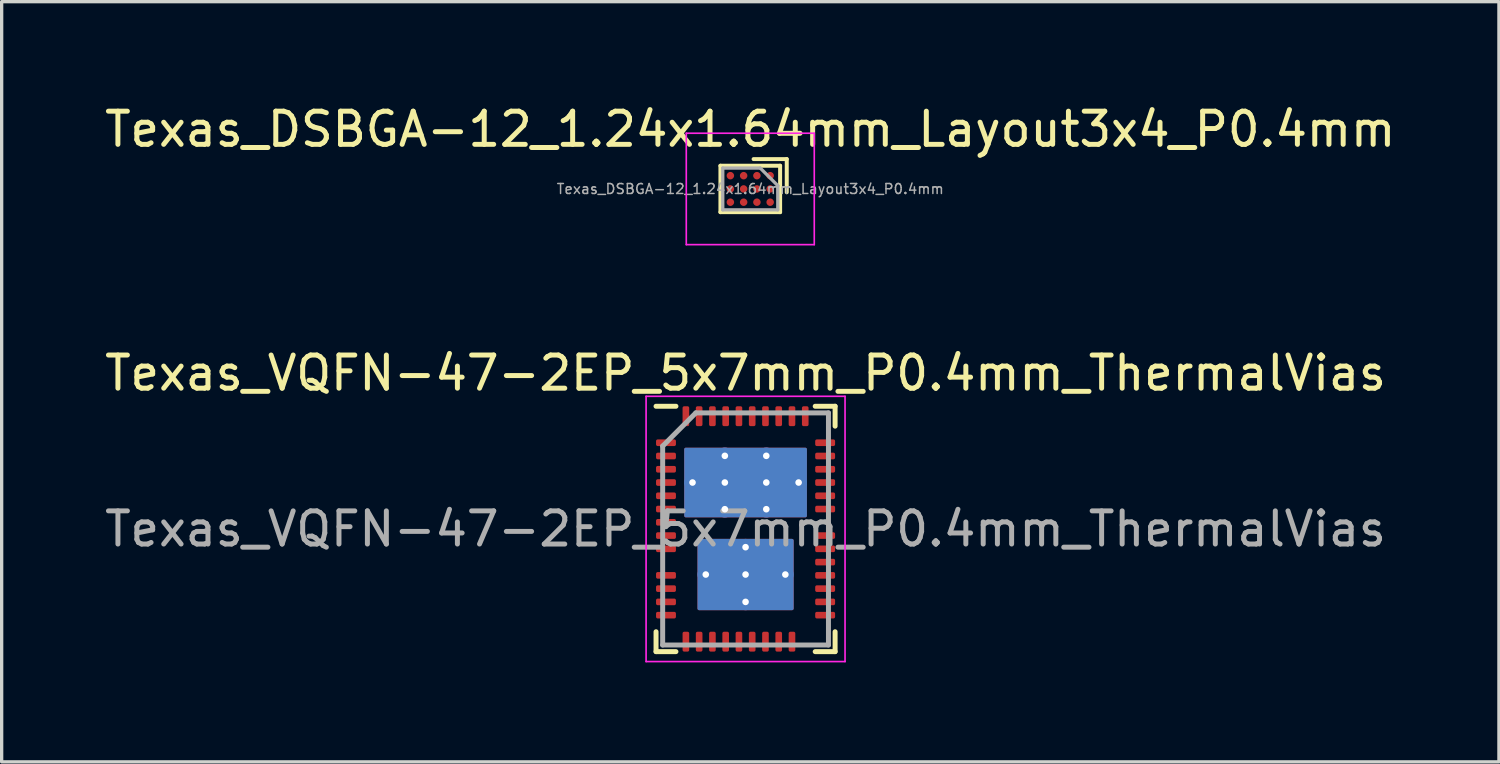
<source format=kicad_pcb>
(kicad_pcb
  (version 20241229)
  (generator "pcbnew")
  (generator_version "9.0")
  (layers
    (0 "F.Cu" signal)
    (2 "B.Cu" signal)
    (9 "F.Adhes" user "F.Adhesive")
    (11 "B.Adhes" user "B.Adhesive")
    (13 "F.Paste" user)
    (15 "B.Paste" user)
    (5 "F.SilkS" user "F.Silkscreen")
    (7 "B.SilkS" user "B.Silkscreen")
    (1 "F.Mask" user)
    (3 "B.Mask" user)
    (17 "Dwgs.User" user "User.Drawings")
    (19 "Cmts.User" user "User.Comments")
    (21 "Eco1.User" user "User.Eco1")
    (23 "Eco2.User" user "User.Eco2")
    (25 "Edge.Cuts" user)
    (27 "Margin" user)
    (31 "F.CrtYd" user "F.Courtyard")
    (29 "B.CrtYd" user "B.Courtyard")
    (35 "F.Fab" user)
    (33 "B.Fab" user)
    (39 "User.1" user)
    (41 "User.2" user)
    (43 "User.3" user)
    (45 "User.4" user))
  (footprint "Texas_VQFN-47-2EP_5x7mm_P0.4mm_ThermalVias"
    (layer "F.Cu")
    (at 19.435 12.902)
    (property "Reference" "Texas_VQFN-47-2EP_5x7mm_P0.4mm_ThermalVias" (at 0 -4.7 0) (layer "F.SilkS") (effects (font (size 1 1) (thickness 0.15))))
    (attr smd)
    (fp_line (start -2.7 -3.7) (end -2.1 -3.7) (stroke (width 0.15) (type solid)) (layer "F.SilkS"))
    (fp_line (start -2.7 3.7) (end -2.7 3.1) (stroke (width 0.15) (type solid)) (layer "F.SilkS"))
    (fp_line (start -2.7 3.7) (end -2.1 3.7) (stroke (width 0.15) (type solid)) (layer "F.SilkS"))
    (fp_line (start 2.7 -3.7) (end 2.1 -3.7) (stroke (width 0.15) (type solid)) (layer "F.SilkS"))
    (fp_line (start 2.7 -3.7) (end 2.7 -3.1) (stroke (width 0.15) (type solid)) (layer "F.SilkS"))
    (fp_line (start 2.7 3.7) (end 2.1 3.7) (stroke (width 0.15) (type solid)) (layer "F.SilkS"))
    (fp_line (start 2.7 3.7) (end 2.7 3.1) (stroke (width 0.15) (type solid)) (layer "F.SilkS"))
    (fp_line (start -3 -4) (end -3 4) (stroke (width 0.05) (type solid)) (layer "F.CrtYd"))
    (fp_line (start -3 -4) (end 3 -4) (stroke (width 0.05) (type solid)) (layer "F.CrtYd"))
    (fp_line (start -3 4) (end 3 4) (stroke (width 0.05) (type solid)) (layer "F.CrtYd"))
    (fp_line (start 3 -4) (end 3 4) (stroke (width 0.05) (type solid)) (layer "F.CrtYd"))
    (fp_line (start -2.5 -2.5) (end -1.5 -3.5) (stroke (width 0.15) (type solid)) (layer "F.Fab"))
    (fp_line (start -2.5 3.5) (end -2.5 -2.5) (stroke (width 0.15) (type solid)) (layer "F.Fab"))
    (fp_line (start -1.5 -3.5) (end 2.5 -3.5) (stroke (width 0.15) (type solid)) (layer "F.Fab"))
    (fp_line (start 2.5 -3.5) (end 2.5 3.5) (stroke (width 0.15) (type solid)) (layer "F.Fab"))
    (fp_line (start 2.5 3.5) (end -2.5 3.5) (stroke (width 0.15) (type solid)) (layer "F.Fab"))
    (fp_text user "${REFERENCE}" (at 0 0 0) (layer "F.Fab") (effects (font (size 1 1) (thickness 0.15))))
    (pad "" smd roundrect (at -1.25 -1.97) (size 1.05 0.94) (layers "F.Paste") (roundrect_rratio 0.053))
    (pad "" smd roundrect (at -1.25 -0.83) (size 1.05 0.94) (layers "F.Paste") (roundrect_rratio 0.053))
    (pad "" smd roundrect (at -0.735 0.795) (size 1.27 0.96) (layers "F.Paste") (roundrect_rratio 0.052))
    (pad "" smd roundrect (at -0.735 1.955) (size 1.27 0.96) (layers "F.Paste") (roundrect_rratio 0.052))
    (pad "" smd roundrect (at 0 -1.97) (size 1.05 0.94) (layers "F.Paste") (roundrect_rratio 0.053))
    (pad "" smd roundrect (at 0 -0.83) (size 1.05 0.94) (layers "F.Paste") (roundrect_rratio 0.053))
    (pad "" smd roundrect (at 0.735 0.795) (size 1.27 0.96) (layers "F.Paste") (roundrect_rratio 0.052))
    (pad "" smd roundrect (at 0.735 1.955) (size 1.27 0.96) (layers "F.Paste") (roundrect_rratio 0.052))
    (pad "" smd roundrect (at 1.25 -1.97) (size 1.05 0.94) (layers "F.Paste") (roundrect_rratio 0.053))
    (pad "" smd roundrect (at 1.25 -0.83) (size 1.05 0.94) (layers "F.Paste") (roundrect_rratio 0.053))
    (pad "1" smd roundrect (at -2.4 -2.6) (size 0.6 0.2) (layers "F.Cu" "F.Mask" "F.Paste") (roundrect_rratio 0.25))
    (pad "2" smd roundrect (at -2.4 -2.2) (size 0.6 0.2) (layers "F.Cu" "F.Mask" "F.Paste") (roundrect_rratio 0.25))
    (pad "3" smd roundrect (at -2.4 -1.8) (size 0.6 0.2) (layers "F.Cu" "F.Mask" "F.Paste") (roundrect_rratio 0.25))
    (pad "4" smd roundrect (at -2.4 -1.4) (size 0.6 0.2) (layers "F.Cu" "F.Mask" "F.Paste") (roundrect_rratio 0.25))
    (pad "5" smd roundrect (at -2.4 -1) (size 0.6 0.2) (layers "F.Cu" "F.Mask" "F.Paste") (roundrect_rratio 0.25))
    (pad "6" smd roundrect (at -2.4 -0.6) (size 0.6 0.2) (layers "F.Cu" "F.Mask" "F.Paste") (roundrect_rratio 0.25))
    (pad "7" smd roundrect (at -2.4 -0.2) (size 0.6 0.2) (layers "F.Cu" "F.Mask" "F.Paste") (roundrect_rratio 0.25))
    (pad "8" smd roundrect (at -2.4 0.2) (size 0.6 0.2) (layers "F.Cu" "F.Mask" "F.Paste") (roundrect_rratio 0.25))
    (pad "9" smd roundrect (at -2.4 0.6) (size 0.6 0.2) (layers "F.Cu" "F.Mask" "F.Paste") (roundrect_rratio 0.25))
    (pad "10" smd roundrect (at -2.4 1.4) (size 0.6 0.2) (layers "F.Cu" "F.Mask" "F.Paste") (roundrect_rratio 0.25))
    (pad "11" smd roundrect (at -2.4 1.8) (size 0.6 0.2) (layers "F.Cu" "F.Mask" "F.Paste") (roundrect_rratio 0.25))
    (pad "12" smd roundrect (at -2.4 2.2) (size 0.6 0.2) (layers "F.Cu" "F.Mask" "F.Paste") (roundrect_rratio 0.25))
    (pad "13" smd roundrect (at -2.4 2.6) (size 0.6 0.2) (layers "F.Cu" "F.Mask" "F.Paste") (roundrect_rratio 0.25))
    (pad "14" smd roundrect (at -1.8 3.4 90) (size 0.6 0.2) (layers "F.Cu" "F.Mask" "F.Paste") (roundrect_rratio 0.25))
    (pad "15" smd roundrect (at -1.4 3.4 90) (size 0.6 0.2) (layers "F.Cu" "F.Mask" "F.Paste") (roundrect_rratio 0.25))
    (pad "16" smd roundrect (at -1 3.4 90) (size 0.6 0.2) (layers "F.Cu" "F.Mask" "F.Paste") (roundrect_rratio 0.25))
    (pad "17" smd roundrect (at -0.6 3.4 90) (size 0.6 0.2) (layers "F.Cu" "F.Mask" "F.Paste") (roundrect_rratio 0.25))
    (pad "18" smd roundrect (at -0.2 3.4 90) (size 0.6 0.2) (layers "F.Cu" "F.Mask" "F.Paste") (roundrect_rratio 0.25))
    (pad "19" smd roundrect (at 0.2 3.4 90) (size 0.6 0.2) (layers "F.Cu" "F.Mask" "F.Paste") (roundrect_rratio 0.25))
    (pad "20" smd roundrect (at 0.6 3.4 90) (size 0.6 0.2) (layers "F.Cu" "F.Mask" "F.Paste") (roundrect_rratio 0.25))
    (pad "21" smd roundrect (at 1 3.4 90) (size 0.6 0.2) (layers "F.Cu" "F.Mask" "F.Paste") (roundrect_rratio 0.25))
    (pad "22" smd roundrect (at 1.4 3.4 90) (size 0.6 0.2) (layers "F.Cu" "F.Mask" "F.Paste") (roundrect_rratio 0.25))
    (pad "23" smd roundrect (at 2.4 2.6 180) (size 0.6 0.2) (layers "F.Cu" "F.Mask" "F.Paste") (roundrect_rratio 0.25))
    (pad "24" smd roundrect (at 2.4 2.2 180) (size 0.6 0.2) (layers "F.Cu" "F.Mask" "F.Paste") (roundrect_rratio 0.25))
    (pad "25" smd roundrect (at 2.4 1.8 180) (size 0.6 0.2) (layers "F.Cu" "F.Mask" "F.Paste") (roundrect_rratio 0.25))
    (pad "26" smd roundrect (at 2.4 1.4 180) (size 0.6 0.2) (layers "F.Cu" "F.Mask" "F.Paste") (roundrect_rratio 0.25))
    (pad "27" smd roundrect (at 2.4 1 180) (size 0.6 0.2) (layers "F.Cu" "F.Mask" "F.Paste") (roundrect_rratio 0.25))
    (pad "28" smd roundrect (at 2.4 0.6 180) (size 0.6 0.2) (layers "F.Cu" "F.Mask" "F.Paste") (roundrect_rratio 0.25))
    (pad "29" smd roundrect (at 2.4 0.2 180) (size 0.6 0.2) (layers "F.Cu" "F.Mask" "F.Paste") (roundrect_rratio 0.25))
    (pad "30" smd roundrect (at 2.4 -0.6 180) (size 0.6 0.2) (layers "F.Cu" "F.Mask" "F.Paste") (roundrect_rratio 0.25))
    (pad "31" smd roundrect (at 2.4 -1 180) (size 0.6 0.2) (layers "F.Cu" "F.Mask" "F.Paste") (roundrect_rratio 0.25))
    (pad "32" smd roundrect (at 2.4 -1.4 180) (size 0.6 0.2) (layers "F.Cu" "F.Mask" "F.Paste") (roundrect_rratio 0.25))
    (pad "33" smd roundrect (at 2.4 -1.8 180) (size 0.6 0.2) (layers "F.Cu" "F.Mask" "F.Paste") (roundrect_rratio 0.25))
    (pad "34" smd roundrect (at 2.4 -2.2 180) (size 0.6 0.2) (layers "F.Cu" "F.Mask" "F.Paste") (roundrect_rratio 0.25))
    (pad "35" smd roundrect (at 2.4 -2.6 180) (size 0.6 0.2) (layers "F.Cu" "F.Mask" "F.Paste") (roundrect_rratio 0.25))
    (pad "36" smd roundrect (at 1.8 -3.4 270) (size 0.6 0.2) (layers "F.Cu" "F.Mask" "F.Paste") (roundrect_rratio 0.25))
    (pad "37" smd roundrect (at 1.4 -3.4 270) (size 0.6 0.2) (layers "F.Cu" "F.Mask" "F.Paste") (roundrect_rratio 0.25))
    (pad "38" smd roundrect (at 1 -3.4 270) (size 0.6 0.2) (layers "F.Cu" "F.Mask" "F.Paste") (roundrect_rratio 0.25))
    (pad "39" smd roundrect (at 0.6 -3.4 270) (size 0.6 0.2) (layers "F.Cu" "F.Mask" "F.Paste") (roundrect_rratio 0.25))
    (pad "40" smd roundrect (at 0.2 -3.4 270) (size 0.6 0.2) (layers "F.Cu" "F.Mask" "F.Paste") (roundrect_rratio 0.25))
    (pad "41" smd roundrect (at -0.2 -3.4 270) (size 0.6 0.2) (layers "F.Cu" "F.Mask" "F.Paste") (roundrect_rratio 0.25))
    (pad "42" smd roundrect (at -0.6 -3.4 270) (size 0.6 0.2) (layers "F.Cu" "F.Mask" "F.Paste") (roundrect_rratio 0.25))
    (pad "43" smd roundrect (at -1 -3.4 270) (size 0.6 0.2) (layers "F.Cu" "F.Mask" "F.Paste") (roundrect_rratio 0.25))
    (pad "44" smd roundrect (at -1.4 -3.4 270) (size 0.6 0.2) (layers "F.Cu" "F.Mask" "F.Paste") (roundrect_rratio 0.25))
    (pad "45" smd roundrect (at -1.8 -3.4 270) (size 0.6 0.2) (layers "F.Cu" "F.Mask" "F.Paste") (roundrect_rratio 0.25))
    (pad "46" thru_hole circle (at -1.6 -1.4) (size 0.5 0.5) (drill 0.2) (layers "*.Cu" "*.Mask"))
    (pad "46" thru_hole circle (at -0.625 -2.205) (size 0.5 0.5) (drill 0.2) (layers "*.Cu" "*.Mask"))
    (pad "46" thru_hole circle (at -0.625 -1.4) (size 0.5 0.5) (drill 0.2) (layers "*.Cu" "*.Mask"))
    (pad "46" thru_hole circle (at -0.625 -0.595) (size 0.5 0.5) (drill 0.2) (layers "*.Cu" "*.Mask"))
    (pad "46" smd roundrect (at 0 -1.4) (size 3.7 2.1) (layers "F.Cu" "F.Mask") (roundrect_rratio 0.023))
    (pad "46" smd roundrect (at 0 -1.4) (size 3.7 2.1) (layers "B.Cu" "B.Mask") (roundrect_rratio 0.023))
    (pad "46" thru_hole circle (at 0.625 -2.205) (size 0.5 0.5) (drill 0.2) (layers "*.Cu" "*.Mask"))
    (pad "46" thru_hole circle (at 0.625 -1.4) (size 0.5 0.5) (drill 0.2) (layers "*.Cu" "*.Mask"))
    (pad "46" thru_hole circle (at 0.625 -0.595) (size 0.5 0.5) (drill 0.2) (layers "*.Cu" "*.Mask"))
    (pad "46" thru_hole circle (at 1.6 -1.4) (size 0.5 0.5) (drill 0.2) (layers "*.Cu" "*.Mask"))
    (pad "47" thru_hole circle (at -1.2 1.375) (size 0.5 0.5) (drill 0.2) (layers "*.Cu" "*.Mask"))
    (pad "47" thru_hole circle (at 0 0.55) (size 0.5 0.5) (drill 0.2) (layers "*.Cu" "*.Mask"))
    (pad "47" thru_hole circle (at 0 1.375) (size 0.5 0.5) (drill 0.2) (layers "*.Cu" "*.Mask"))
    (pad "47" smd roundrect (at 0 1.375) (size 2.9 2.15) (layers "F.Cu" "F.Mask") (roundrect_rratio 0.023))
    (pad "47" smd roundrect (at 0 1.375) (size 2.9 2.15) (layers "B.Cu" "B.Mask") (roundrect_rratio 0.023))
    (pad "47" thru_hole circle (at 0 2.2) (size 0.5 0.5) (drill 0.2) (layers "*.Cu" "*.Mask"))
    (pad "47" thru_hole circle (at 1.2 1.375) (size 0.5 0.5) (drill 0.2) (layers "*.Cu" "*.Mask")))
  (footprint "Texas_DSBGA-12_1.24x1.64mm_Layout3x4_P0.4mm"
    (layer "F.Cu")
    (at 19.577 2.648)
    (property "Reference" "Texas_DSBGA-12_1.24x1.64mm_Layout3x4_P0.4mm" (at 0 -1.8 0) (layer "F.SilkS") (effects (font (size 1 1) (thickness 0.15))))
    (attr smd)
    (fp_line (start -0.9 -0.7) (end -0.9 0.7) (stroke (width 0.12) (type solid)) (layer "F.SilkS"))
    (fp_line (start -0.9 0.7) (end 0.9 0.7) (stroke (width 0.12) (type solid)) (layer "F.SilkS"))
    (fp_line (start 0.9 -0.7) (end -0.9 -0.7) (stroke (width 0.12) (type solid)) (layer "F.SilkS"))
    (fp_line (start 0.9 -0.7) (end 0.9 0.7) (stroke (width 0.12) (type solid)) (layer "F.SilkS"))
    (fp_line (start 1.1 -0.9) (end 0.1 -0.9) (stroke (width 0.12) (type solid)) (layer "F.SilkS"))
    (fp_line (start 1.1 0.1) (end 1.1 -0.9) (stroke (width 0.12) (type solid)) (layer "F.SilkS"))
    (fp_line (start -1.93 -1.68) (end -1.93 1.68) (stroke (width 0.05) (type solid)) (layer "F.CrtYd"))
    (fp_line (start -1.93 -1.68) (end 1.93 -1.68) (stroke (width 0.05) (type solid)) (layer "F.CrtYd"))
    (fp_line (start 1.93 -1.68) (end 1.93 1.68) (stroke (width 0.05) (type solid)) (layer "F.CrtYd"))
    (fp_line (start 1.93 1.68) (end -1.93 1.68) (stroke (width 0.05) (type solid)) (layer "F.CrtYd"))
    (fp_line (start -0.83 -0.63) (end -0.83 0.63) (stroke (width 0.1) (type solid)) (layer "F.Fab"))
    (fp_line (start -0.83 -0.63) (end 0.3 -0.63) (stroke (width 0.1) (type solid)) (layer "F.Fab"))
    (fp_line (start -0.83 0.63) (end 0.824 0.63) (stroke (width 0.1) (type solid)) (layer "F.Fab"))
    (fp_line (start 0.3 -0.63) (end 0.83 -0.1) (stroke (width 0.1) (type solid)) (layer "F.Fab"))
    (fp_line (start 0.83 0.63) (end 0.83 -0.1) (stroke (width 0.1) (type solid)) (layer "F.Fab"))
    (fp_text user "${REFERENCE}" (at 0 0 0) (layer "F.Fab") (effects (font (size 0.3 0.3) (thickness 0.045))))
    (pad "" smd roundrect (at -0.6 -0.4 270) (size 0.25 0.25) (layers "F.Paste") (roundrect_rratio 0.167))
    (pad "" smd roundrect (at -0.6 0 270) (size 0.25 0.25) (layers "F.Paste") (roundrect_rratio 0.167))
    (pad "" smd roundrect (at -0.6 0.4 270) (size 0.25 0.25) (layers "F.Paste") (roundrect_rratio 0.167))
    (pad "" smd roundrect (at -0.2 -0.4 270) (size 0.25 0.25) (layers "F.Paste") (roundrect_rratio 0.167))
    (pad "" smd roundrect (at -0.2 0 270) (size 0.25 0.25) (layers "F.Paste") (roundrect_rratio 0.167))
    (pad "" smd roundrect (at -0.2 0.4 270) (size 0.25 0.25) (layers "F.Paste") (roundrect_rratio 0.167))
    (pad "" smd roundrect (at 0.2 -0.4 270) (size 0.25 0.25) (layers "F.Paste") (roundrect_rratio 0.167))
    (pad "" smd roundrect (at 0.2 0 270) (size 0.25 0.25) (layers "F.Paste") (roundrect_rratio 0.167))
    (pad "" smd roundrect (at 0.2 0.4 270) (size 0.25 0.25) (layers "F.Paste") (roundrect_rratio 0.167))
    (pad "" smd roundrect (at 0.6 -0.4 270) (size 0.25 0.25) (layers "F.Paste") (roundrect_rratio 0.167))
    (pad "" smd roundrect (at 0.6 0 270) (size 0.25 0.25) (layers "F.Paste") (roundrect_rratio 0.167))
    (pad "" smd roundrect (at 0.6 0.4 270) (size 0.25 0.25) (layers "F.Paste") (roundrect_rratio 0.167))
    (pad "A1" smd circle (at -0.6 -0.4 270) (size 0.225 0.225) (property pad_prop_bga) (layers "F.Cu" "F.Mask"))
    (pad "A2" smd circle (at -0.2 -0.4 270) (size 0.225 0.225) (property pad_prop_bga) (layers "F.Cu" "F.Mask"))
    (pad "A3" smd circle (at 0.2 -0.4 270) (size 0.225 0.225) (property pad_prop_bga) (layers "F.Cu" "F.Mask"))
    (pad "A4" smd circle (at 0.6 -0.4 270) (size 0.225 0.225) (property pad_prop_bga) (layers "F.Cu" "F.Mask"))
    (pad "B1" smd circle (at -0.6 0 270) (size 0.225 0.225) (property pad_prop_bga) (layers "F.Cu" "F.Mask"))
    (pad "B2" smd circle (at -0.2 0 270) (size 0.225 0.225) (property pad_prop_bga) (layers "F.Cu" "F.Mask"))
    (pad "B3" smd circle (at 0.2 0 270) (size 0.225 0.225) (property pad_prop_bga) (layers "F.Cu" "F.Mask"))
    (pad "B4" smd circle (at 0.6 0 270) (size 0.225 0.225) (property pad_prop_bga) (layers "F.Cu" "F.Mask"))
    (pad "C1" smd circle (at -0.6 0.4 270) (size 0.225 0.225) (property pad_prop_bga) (layers "F.Cu" "F.Mask"))
    (pad "C2" smd circle (at -0.2 0.4 270) (size 0.225 0.225) (property pad_prop_bga) (layers "F.Cu" "F.Mask"))
    (pad "C3" smd circle (at 0.2 0.4 270) (size 0.225 0.225) (property pad_prop_bga) (layers "F.Cu" "F.Mask"))
    (pad "C4" smd circle (at 0.6 0.4 270) (size 0.225 0.225) (property pad_prop_bga) (layers "F.Cu" "F.Mask")))
  (gr_rect
    (start -3 -3)
    (end 42.155 19.927)
    (stroke (width 0.1) (type default))
    (fill no)
    (layer "Edge.Cuts")))
</source>
